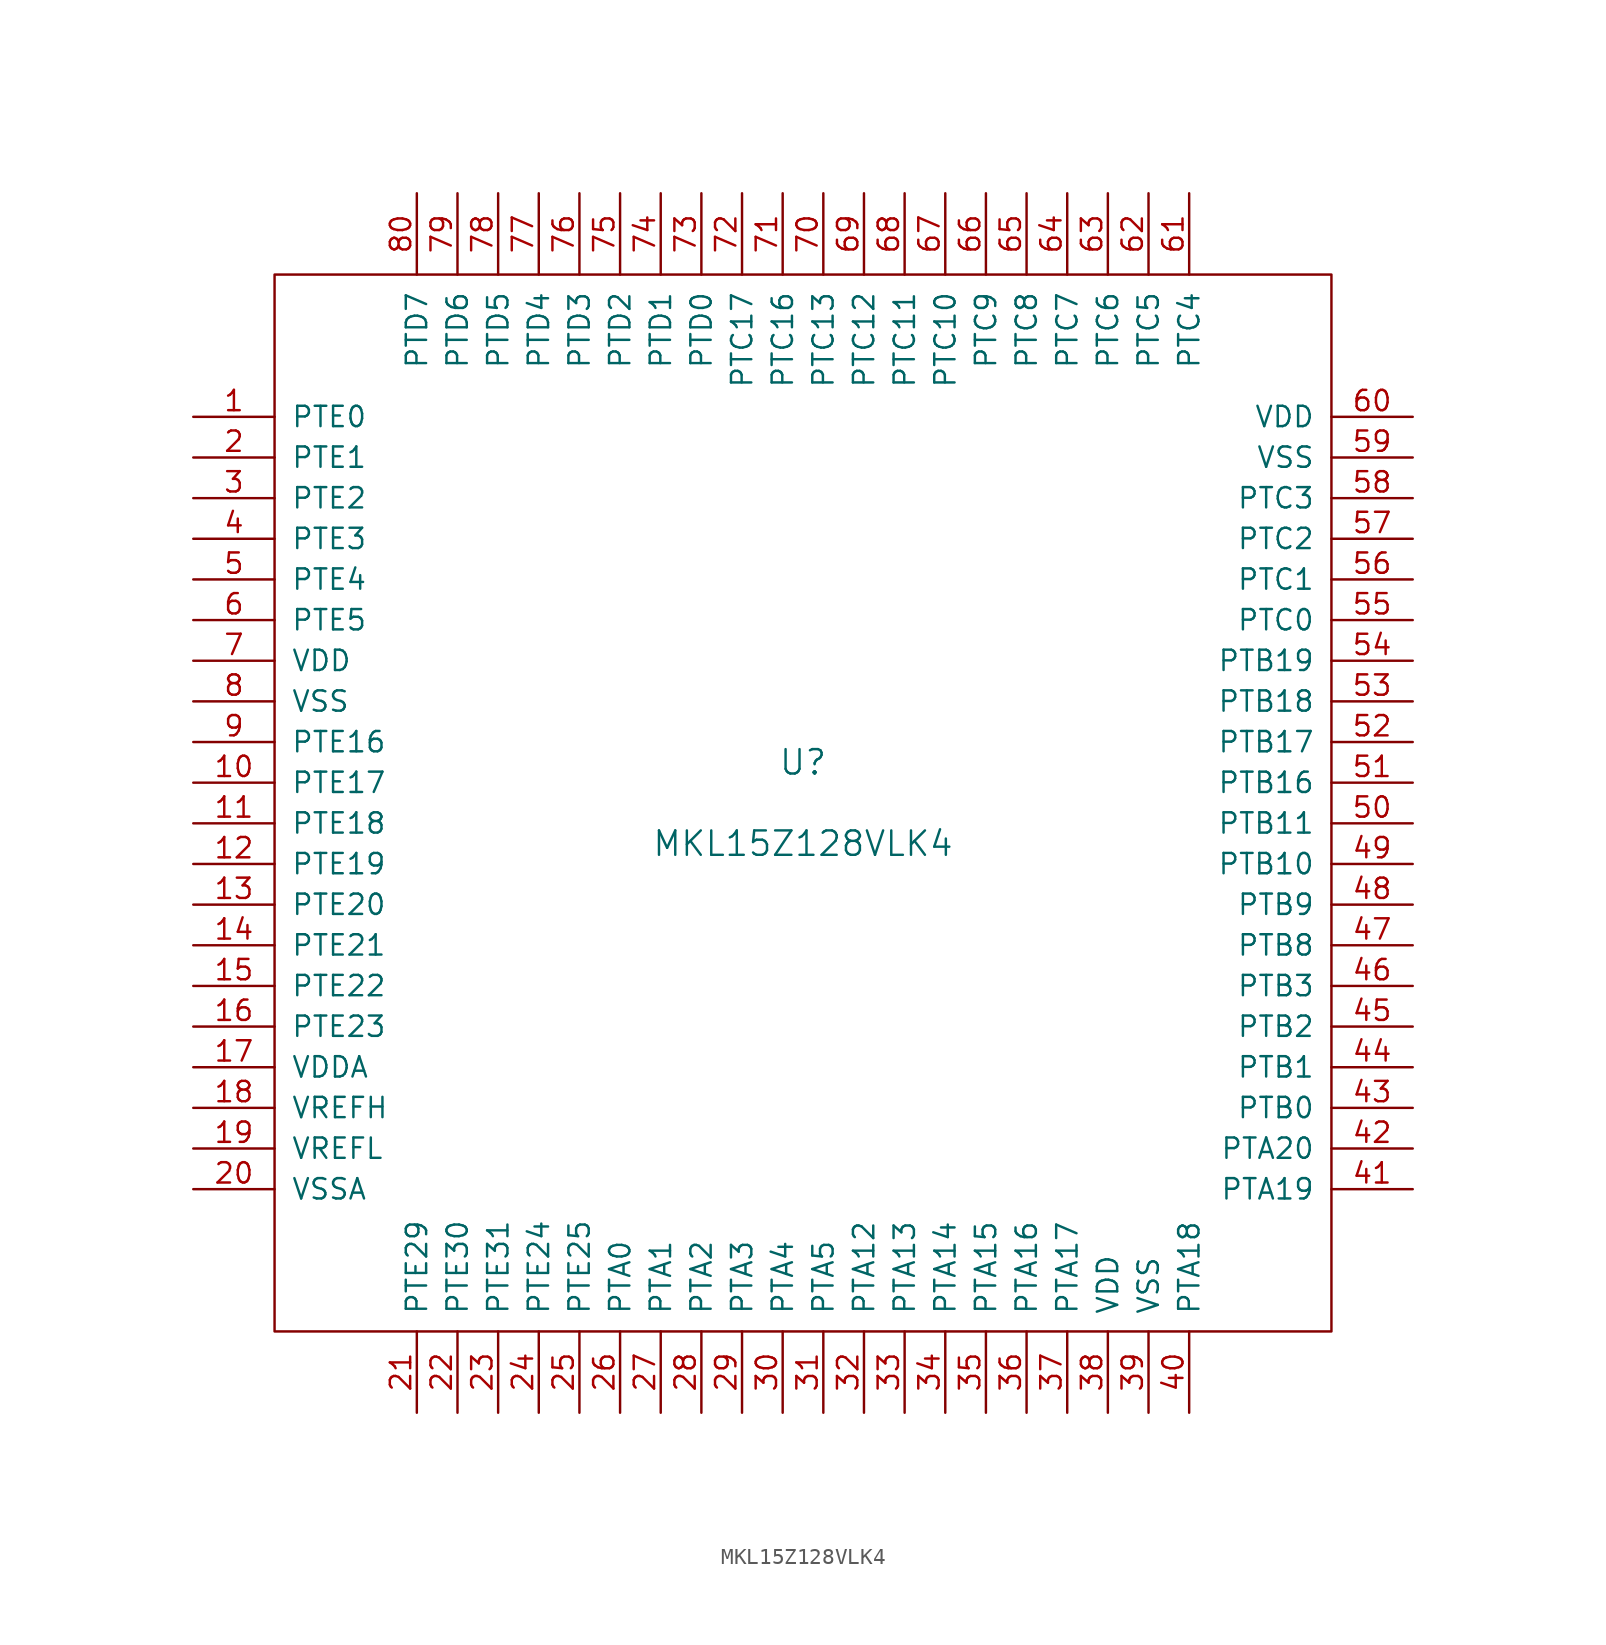
<source format=kicad_sym>
(kicad_symbol_lib
  (version 20201005)
  (generator kicad_symbol_editor)
  (symbol "MKL15Z128VLK4"
    (pin_names
      (offset 1.016))
    (property "Reference" "U"
      (at 0 2.54 0)
      (effects (font (size 1.524 1.524))))
    (property "Value" "MKL15Z128VLK4"
      (at 0 -2.54 0)
      (effects (font (size 1.524 1.524))))
    (symbol "MKL15Z128VLK4_0_1"
      (rectangle (start -33.02 33.02) (end 33.02 -33.02) (stroke (width 0)) (fill (type none))))
    (symbol "MKL15Z128VLK4_1_1"
      (pin bidirectional line (at -38.1 24.13 0) (length 5.08) (name "PTE0" (effects (font (size 1.27 1.27)))) (number "1" (effects (font (size 1.27 1.27)))))
      (pin bidirectional line (at -38.1 1.27 0) (length 5.08) (name "PTE17" (effects (font (size 1.27 1.27)))) (number "10" (effects (font (size 1.27 1.27)))))
      (pin bidirectional line (at -38.1 -1.27 0) (length 5.08) (name "PTE18" (effects (font (size 1.27 1.27)))) (number "11" (effects (font (size 1.27 1.27)))))
      (pin bidirectional line (at -38.1 -3.81 0) (length 5.08) (name "PTE19" (effects (font (size 1.27 1.27)))) (number "12" (effects (font (size 1.27 1.27)))))
      (pin bidirectional line (at -38.1 -6.35 0) (length 5.08) (name "PTE20" (effects (font (size 1.27 1.27)))) (number "13" (effects (font (size 1.27 1.27)))))
      (pin bidirectional line (at -38.1 -8.89 0) (length 5.08) (name "PTE21" (effects (font (size 1.27 1.27)))) (number "14" (effects (font (size 1.27 1.27)))))
      (pin bidirectional line (at -38.1 -11.43 0) (length 5.08) (name "PTE22" (effects (font (size 1.27 1.27)))) (number "15" (effects (font (size 1.27 1.27)))))
      (pin bidirectional line (at -38.1 -13.97 0) (length 5.08) (name "PTE23" (effects (font (size 1.27 1.27)))) (number "16" (effects (font (size 1.27 1.27)))))
      (pin power_in line (at -38.1 -16.51 0) (length 5.08) (name "VDDA" (effects (font (size 1.27 1.27)))) (number "17" (effects (font (size 1.27 1.27)))))
      (pin power_in line (at -38.1 -19.05 0) (length 5.08) (name "VREFH" (effects (font (size 1.27 1.27)))) (number "18" (effects (font (size 1.27 1.27)))))
      (pin power_in line (at -38.1 -21.59 0) (length 5.08) (name "VREFL" (effects (font (size 1.27 1.27)))) (number "19" (effects (font (size 1.27 1.27)))))
      (pin bidirectional line (at -38.1 21.59 0) (length 5.08) (name "PTE1" (effects (font (size 1.27 1.27)))) (number "2" (effects (font (size 1.27 1.27)))))
      (pin power_in line (at -38.1 -24.13 0) (length 5.08) (name "VSSA" (effects (font (size 1.27 1.27)))) (number "20" (effects (font (size 1.27 1.27)))))
      (pin bidirectional line (at -24.13 -38.1 90) (length 5.08) (name "PTE29" (effects (font (size 1.27 1.27)))) (number "21" (effects (font (size 1.27 1.27)))))
      (pin bidirectional line (at -21.59 -38.1 90) (length 5.08) (name "PTE30" (effects (font (size 1.27 1.27)))) (number "22" (effects (font (size 1.27 1.27)))))
      (pin bidirectional line (at -19.05 -38.1 90) (length 5.08) (name "PTE31" (effects (font (size 1.27 1.27)))) (number "23" (effects (font (size 1.27 1.27)))))
      (pin bidirectional line (at -16.51 -38.1 90) (length 5.08) (name "PTE24" (effects (font (size 1.27 1.27)))) (number "24" (effects (font (size 1.27 1.27)))))
      (pin bidirectional line (at -13.97 -38.1 90) (length 5.08) (name "PTE25" (effects (font (size 1.27 1.27)))) (number "25" (effects (font (size 1.27 1.27)))))
      (pin bidirectional line (at -11.43 -38.1 90) (length 5.08) (name "PTA0" (effects (font (size 1.27 1.27)))) (number "26" (effects (font (size 1.27 1.27)))))
      (pin bidirectional line (at -8.89 -38.1 90) (length 5.08) (name "PTA1" (effects (font (size 1.27 1.27)))) (number "27" (effects (font (size 1.27 1.27)))))
      (pin bidirectional line (at -6.35 -38.1 90) (length 5.08) (name "PTA2" (effects (font (size 1.27 1.27)))) (number "28" (effects (font (size 1.27 1.27)))))
      (pin bidirectional line (at -3.81 -38.1 90) (length 5.08) (name "PTA3" (effects (font (size 1.27 1.27)))) (number "29" (effects (font (size 1.27 1.27)))))
      (pin bidirectional line (at -38.1 19.05 0) (length 5.08) (name "PTE2" (effects (font (size 1.27 1.27)))) (number "3" (effects (font (size 1.27 1.27)))))
      (pin bidirectional line (at -1.27 -38.1 90) (length 5.08) (name "PTA4" (effects (font (size 1.27 1.27)))) (number "30" (effects (font (size 1.27 1.27)))))
      (pin bidirectional line (at 1.27 -38.1 90) (length 5.08) (name "PTA5" (effects (font (size 1.27 1.27)))) (number "31" (effects (font (size 1.27 1.27)))))
      (pin bidirectional line (at 3.81 -38.1 90) (length 5.08) (name "PTA12" (effects (font (size 1.27 1.27)))) (number "32" (effects (font (size 1.27 1.27)))))
      (pin bidirectional line (at 6.35 -38.1 90) (length 5.08) (name "PTA13" (effects (font (size 1.27 1.27)))) (number "33" (effects (font (size 1.27 1.27)))))
      (pin bidirectional line (at 8.89 -38.1 90) (length 5.08) (name "PTA14" (effects (font (size 1.27 1.27)))) (number "34" (effects (font (size 1.27 1.27)))))
      (pin bidirectional line (at 11.43 -38.1 90) (length 5.08) (name "PTA15" (effects (font (size 1.27 1.27)))) (number "35" (effects (font (size 1.27 1.27)))))
      (pin bidirectional line (at 13.97 -38.1 90) (length 5.08) (name "PTA16" (effects (font (size 1.27 1.27)))) (number "36" (effects (font (size 1.27 1.27)))))
      (pin bidirectional line (at 16.51 -38.1 90) (length 5.08) (name "PTA17" (effects (font (size 1.27 1.27)))) (number "37" (effects (font (size 1.27 1.27)))))
      (pin power_in line (at 19.05 -38.1 90) (length 5.08) (name "VDD" (effects (font (size 1.27 1.27)))) (number "38" (effects (font (size 1.27 1.27)))))
      (pin power_in line (at 21.59 -38.1 90) (length 5.08) (name "VSS" (effects (font (size 1.27 1.27)))) (number "39" (effects (font (size 1.27 1.27)))))
      (pin bidirectional line (at -38.1 16.51 0) (length 5.08) (name "PTE3" (effects (font (size 1.27 1.27)))) (number "4" (effects (font (size 1.27 1.27)))))
      (pin bidirectional line (at 24.13 -38.1 90) (length 5.08) (name "PTA18" (effects (font (size 1.27 1.27)))) (number "40" (effects (font (size 1.27 1.27)))))
      (pin bidirectional line (at 38.1 -24.13 180) (length 5.08) (name "PTA19" (effects (font (size 1.27 1.27)))) (number "41" (effects (font (size 1.27 1.27)))))
      (pin bidirectional line (at 38.1 -21.59 180) (length 5.08) (name "PTA20" (effects (font (size 1.27 1.27)))) (number "42" (effects (font (size 1.27 1.27)))))
      (pin input line (at 38.1 -19.05 180) (length 5.08) (name "PTB0" (effects (font (size 1.27 1.27)))) (number "43" (effects (font (size 1.27 1.27)))))
      (pin input line (at 38.1 -16.51 180) (length 5.08) (name "PTB1" (effects (font (size 1.27 1.27)))) (number "44" (effects (font (size 1.27 1.27)))))
      (pin bidirectional line (at 38.1 -13.97 180) (length 5.08) (name "PTB2" (effects (font (size 1.27 1.27)))) (number "45" (effects (font (size 1.27 1.27)))))
      (pin bidirectional line (at 38.1 -11.43 180) (length 5.08) (name "PTB3" (effects (font (size 1.27 1.27)))) (number "46" (effects (font (size 1.27 1.27)))))
      (pin bidirectional line (at 38.1 -8.89 180) (length 5.08) (name "PTB8" (effects (font (size 1.27 1.27)))) (number "47" (effects (font (size 1.27 1.27)))))
      (pin bidirectional line (at 38.1 -6.35 180) (length 5.08) (name "PTB9" (effects (font (size 1.27 1.27)))) (number "48" (effects (font (size 1.27 1.27)))))
      (pin bidirectional line (at 38.1 -3.81 180) (length 5.08) (name "PTB10" (effects (font (size 1.27 1.27)))) (number "49" (effects (font (size 1.27 1.27)))))
      (pin bidirectional line (at -38.1 13.97 0) (length 5.08) (name "PTE4" (effects (font (size 1.27 1.27)))) (number "5" (effects (font (size 1.27 1.27)))))
      (pin bidirectional line (at 38.1 -1.27 180) (length 5.08) (name "PTB11" (effects (font (size 1.27 1.27)))) (number "50" (effects (font (size 1.27 1.27)))))
      (pin bidirectional line (at 38.1 1.27 180) (length 5.08) (name "PTB16" (effects (font (size 1.27 1.27)))) (number "51" (effects (font (size 1.27 1.27)))))
      (pin bidirectional line (at 38.1 3.81 180) (length 5.08) (name "PTB17" (effects (font (size 1.27 1.27)))) (number "52" (effects (font (size 1.27 1.27)))))
      (pin bidirectional line (at 38.1 6.35 180) (length 5.08) (name "PTB18" (effects (font (size 1.27 1.27)))) (number "53" (effects (font (size 1.27 1.27)))))
      (pin bidirectional line (at 38.1 8.89 180) (length 5.08) (name "PTB19" (effects (font (size 1.27 1.27)))) (number "54" (effects (font (size 1.27 1.27)))))
      (pin bidirectional line (at 38.1 11.43 180) (length 5.08) (name "PTC0" (effects (font (size 1.27 1.27)))) (number "55" (effects (font (size 1.27 1.27)))))
      (pin power_in line (at 38.1 13.97 180) (length 5.08) (name "PTC1" (effects (font (size 1.27 1.27)))) (number "56" (effects (font (size 1.27 1.27)))))
      (pin bidirectional line (at 38.1 16.51 180) (length 5.08) (name "PTC2" (effects (font (size 1.27 1.27)))) (number "57" (effects (font (size 1.27 1.27)))))
      (pin bidirectional line (at 38.1 19.05 180) (length 5.08) (name "PTC3" (effects (font (size 1.27 1.27)))) (number "58" (effects (font (size 1.27 1.27)))))
      (pin power_in line (at 38.1 21.59 180) (length 5.08) (name "VSS" (effects (font (size 1.27 1.27)))) (number "59" (effects (font (size 1.27 1.27)))))
      (pin bidirectional line (at -38.1 11.43 0) (length 5.08) (name "PTE5" (effects (font (size 1.27 1.27)))) (number "6" (effects (font (size 1.27 1.27)))))
      (pin power_in line (at 38.1 24.13 180) (length 5.08) (name "VDD" (effects (font (size 1.27 1.27)))) (number "60" (effects (font (size 1.27 1.27)))))
      (pin bidirectional line (at 24.13 38.1 270) (length 5.08) (name "PTC4" (effects (font (size 1.27 1.27)))) (number "61" (effects (font (size 1.27 1.27)))))
      (pin bidirectional line (at 21.59 38.1 270) (length 5.08) (name "PTC5" (effects (font (size 1.27 1.27)))) (number "62" (effects (font (size 1.27 1.27)))))
      (pin bidirectional line (at 19.05 38.1 270) (length 5.08) (name "PTC6" (effects (font (size 1.27 1.27)))) (number "63" (effects (font (size 1.27 1.27)))))
      (pin bidirectional line (at 16.51 38.1 270) (length 5.08) (name "PTC7" (effects (font (size 1.27 1.27)))) (number "64" (effects (font (size 1.27 1.27)))))
      (pin bidirectional line (at 13.97 38.1 270) (length 5.08) (name "PTC8" (effects (font (size 1.27 1.27)))) (number "65" (effects (font (size 1.27 1.27)))))
      (pin power_in line (at 11.43 38.1 270) (length 5.08) (name "PTC9" (effects (font (size 1.27 1.27)))) (number "66" (effects (font (size 1.27 1.27)))))
      (pin bidirectional line (at 8.89 38.1 270) (length 5.08) (name "PTC10" (effects (font (size 1.27 1.27)))) (number "67" (effects (font (size 1.27 1.27)))))
      (pin bidirectional line (at 6.35 38.1 270) (length 5.08) (name "PTC11" (effects (font (size 1.27 1.27)))) (number "68" (effects (font (size 1.27 1.27)))))
      (pin bidirectional line (at 3.81 38.1 270) (length 5.08) (name "PTC12" (effects (font (size 1.27 1.27)))) (number "69" (effects (font (size 1.27 1.27)))))
      (pin power_in line (at -38.1 8.89 0) (length 5.08) (name "VDD" (effects (font (size 1.27 1.27)))) (number "7" (effects (font (size 1.27 1.27)))))
      (pin bidirectional line (at 1.27 38.1 270) (length 5.08) (name "PTC13" (effects (font (size 1.27 1.27)))) (number "70" (effects (font (size 1.27 1.27)))))
      (pin bidirectional line (at -1.27 38.1 270) (length 5.08) (name "PTC16" (effects (font (size 1.27 1.27)))) (number "71" (effects (font (size 1.27 1.27)))))
      (pin bidirectional line (at -3.81 38.1 270) (length 5.08) (name "PTC17" (effects (font (size 1.27 1.27)))) (number "72" (effects (font (size 1.27 1.27)))))
      (pin bidirectional line (at -6.35 38.1 270) (length 5.08) (name "PTD0" (effects (font (size 1.27 1.27)))) (number "73" (effects (font (size 1.27 1.27)))))
      (pin bidirectional line (at -8.89 38.1 270) (length 5.08) (name "PTD1" (effects (font (size 1.27 1.27)))) (number "74" (effects (font (size 1.27 1.27)))))
      (pin bidirectional line (at -11.43 38.1 270) (length 5.08) (name "PTD2" (effects (font (size 1.27 1.27)))) (number "75" (effects (font (size 1.27 1.27)))))
      (pin bidirectional line (at -13.97 38.1 270) (length 5.08) (name "PTD3" (effects (font (size 1.27 1.27)))) (number "76" (effects (font (size 1.27 1.27)))))
      (pin bidirectional line (at -16.51 38.1 270) (length 5.08) (name "PTD4" (effects (font (size 1.27 1.27)))) (number "77" (effects (font (size 1.27 1.27)))))
      (pin bidirectional line (at -19.05 38.1 270) (length 5.08) (name "PTD5" (effects (font (size 1.27 1.27)))) (number "78" (effects (font (size 1.27 1.27)))))
      (pin bidirectional line (at -21.59 38.1 270) (length 5.08) (name "PTD6" (effects (font (size 1.27 1.27)))) (number "79" (effects (font (size 1.27 1.27)))))
      (pin power_in line (at -38.1 6.35 0) (length 5.08) (name "VSS" (effects (font (size 1.27 1.27)))) (number "8" (effects (font (size 1.27 1.27)))))
      (pin bidirectional line (at -24.13 38.1 270) (length 5.08) (name "PTD7" (effects (font (size 1.27 1.27)))) (number "80" (effects (font (size 1.27 1.27)))))
      (pin bidirectional line (at -38.1 3.81 0) (length 5.08) (name "PTE16" (effects (font (size 1.27 1.27)))) (number "9" (effects (font (size 1.27 1.27))))))))
</source>
